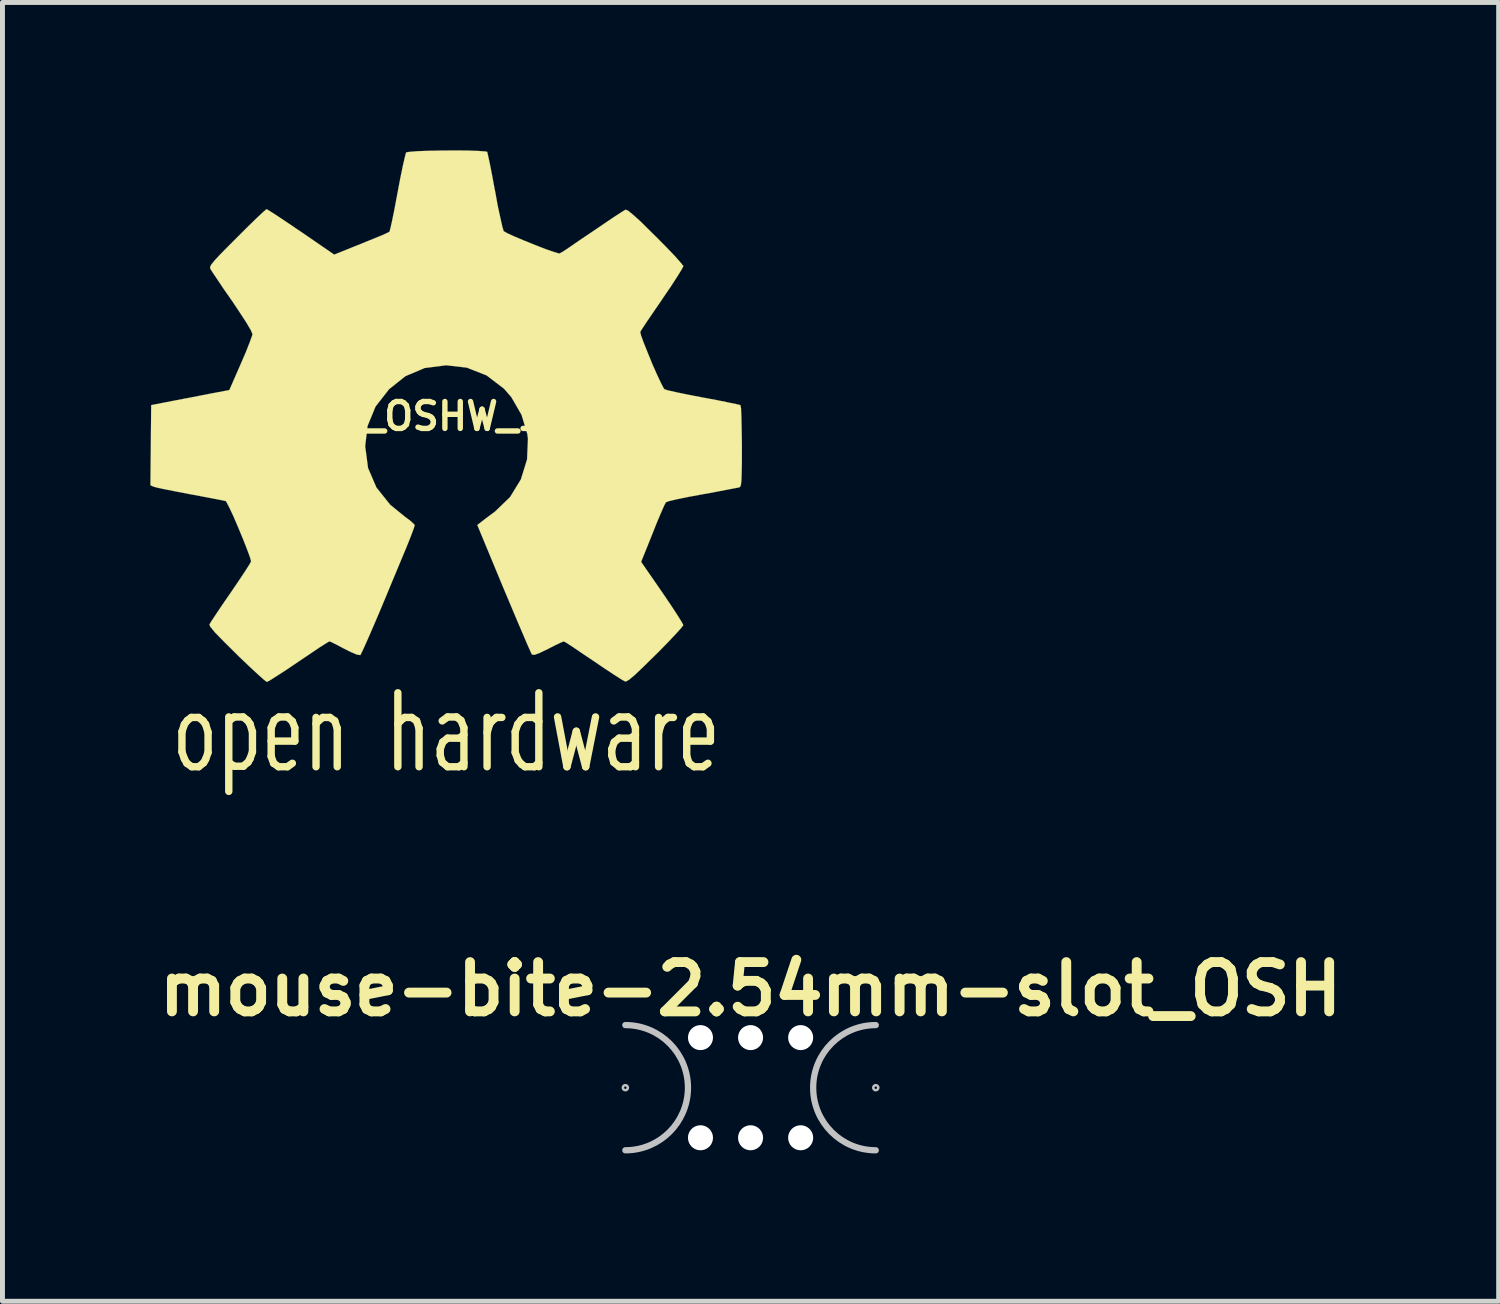
<source format=kicad_pcb>
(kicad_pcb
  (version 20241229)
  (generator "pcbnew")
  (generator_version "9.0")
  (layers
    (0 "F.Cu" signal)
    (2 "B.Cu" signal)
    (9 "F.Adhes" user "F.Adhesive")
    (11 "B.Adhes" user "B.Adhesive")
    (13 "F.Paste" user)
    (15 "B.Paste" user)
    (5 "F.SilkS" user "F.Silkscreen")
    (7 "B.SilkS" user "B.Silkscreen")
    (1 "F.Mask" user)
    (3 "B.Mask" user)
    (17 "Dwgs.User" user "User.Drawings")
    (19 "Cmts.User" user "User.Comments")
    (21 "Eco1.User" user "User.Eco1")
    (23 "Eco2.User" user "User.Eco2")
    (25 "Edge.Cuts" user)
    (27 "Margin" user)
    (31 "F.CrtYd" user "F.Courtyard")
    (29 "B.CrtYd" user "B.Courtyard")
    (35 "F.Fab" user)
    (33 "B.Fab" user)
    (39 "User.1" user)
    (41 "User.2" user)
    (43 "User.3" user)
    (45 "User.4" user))
  (footprint "mouse-bite-2.54mm-slot_OSH"
    (layer "F.Cu")
    (at 12.176 19.015)
    (property "Reference" "mouse-bite-2.54mm-slot_OSH" (at 0 -2 0) (layer "F.SilkS") (effects (font (size 1 1) (thickness 0.2))))
    (attr through_hole)
    (fp_arc (start -2.54 -1.27) (mid -1.27 0) (end -2.54 1.27) (stroke (width 0.127) (type solid)) (layer "Dwgs.User"))
    (fp_arc (start 2.54 1.27) (mid 1.27 0) (end 2.54 -1.27) (stroke (width 0.127) (type solid)) (layer "Dwgs.User"))
    (fp_circle (center -2.54 0) (end -2.54 0.051) (stroke (width 0.051) (type solid)) (fill no) (layer "Dwgs.User"))
    (fp_circle (center 2.54 0) (end 2.54 -0.051) (stroke (width 0.051) (type solid)) (fill no) (layer "Dwgs.User"))
    (pad "" np_thru_hole circle (at -1.016 -1.016) (size 0.508 0.508) (drill 0.508) (layers "*.Cu" "*.Mask"))
    (pad "" np_thru_hole circle (at -1.016 1.016) (size 0.508 0.508) (drill 0.508) (layers "*.Cu" "*.Mask"))
    (pad "" np_thru_hole circle (at 0 -1.016) (size 0.508 0.508) (drill 0.508) (layers "*.Cu" "*.Mask"))
    (pad "" np_thru_hole circle (at 0 1.016) (size 0.508 0.508) (drill 0.508) (layers "*.Cu" "*.Mask"))
    (pad "" np_thru_hole circle (at 1.016 -1.016) (size 0.508 0.508) (drill 0.508) (layers "*.Cu" "*.Mask"))
    (pad "" np_thru_hole circle (at 1.016 1.016) (size 0.508 0.508) (drill 0.508) (layers "*.Cu" "*.Mask")))
  (footprint "Logo_silk_OSHW_12x13mm"
    (layer "F.Cu")
    (at 6.001 5.394)
    (property "Reference" "Logo_silk_OSHW_12x13mm" (at 0 0 0) (layer "F.SilkS") (effects (font (size 0.546 0.546) (thickness 0.109))))
    (attr through_hole)
    (fp_line (start -5.36 6.4) (end -5.36 6.81) (stroke (width 0.15) (type solid)) (layer "F.SilkS"))
    (fp_line (start -5.36 6.81) (end -5.31 6.95) (stroke (width 0.15) (type solid)) (layer "F.SilkS"))
    (fp_line (start -5.31 6.25) (end -5.36 6.4) (stroke (width 0.15) (type solid)) (layer "F.SilkS"))
    (fp_line (start -5.31 6.95) (end -5.26 7.04) (stroke (width 0.15) (type solid)) (layer "F.SilkS"))
    (fp_line (start -5.26 7.04) (end -5.16 7.11) (stroke (width 0.15) (type solid)) (layer "F.SilkS"))
    (fp_line (start -5.25 6.17) (end -5.31 6.25) (stroke (width 0.15) (type solid)) (layer "F.SilkS"))
    (fp_line (start -5.17 6.11) (end -5.25 6.17) (stroke (width 0.15) (type solid)) (layer "F.SilkS"))
    (fp_line (start -5.16 7.11) (end -5.02 7.11) (stroke (width 0.15) (type solid)) (layer "F.SilkS"))
    (fp_line (start -5.02 6.11) (end -5.17 6.11) (stroke (width 0.15) (type solid)) (layer "F.SilkS"))
    (fp_line (start -5.02 7.11) (end -4.92 7.03) (stroke (width 0.15) (type solid)) (layer "F.SilkS"))
    (fp_line (start -4.93 6.18) (end -5.02 6.11) (stroke (width 0.15) (type solid)) (layer "F.SilkS"))
    (fp_line (start -4.92 7.03) (end -4.88 6.96) (stroke (width 0.15) (type solid)) (layer "F.SilkS"))
    (fp_line (start -4.88 6.25) (end -4.93 6.18) (stroke (width 0.15) (type solid)) (layer "F.SilkS"))
    (fp_line (start -4.88 6.96) (end -4.83 6.82) (stroke (width 0.15) (type solid)) (layer "F.SilkS"))
    (fp_line (start -4.83 6.41) (end -4.88 6.25) (stroke (width 0.15) (type solid)) (layer "F.SilkS"))
    (fp_line (start -4.83 6.82) (end -4.83 6.41) (stroke (width 0.15) (type solid)) (layer "F.SilkS"))
    (fp_line (start -4.41 6.1) (end -4.41 7.61) (stroke (width 0.15) (type solid)) (layer "F.SilkS"))
    (fp_line (start -4.4 7.03) (end -4.3 7.1) (stroke (width 0.15) (type solid)) (layer "F.SilkS"))
    (fp_line (start -4.3 6.1) (end -4.38 6.16) (stroke (width 0.15) (type solid)) (layer "F.SilkS"))
    (fp_line (start -4.3 6.1) (end -4.12 6.1) (stroke (width 0.15) (type solid)) (layer "F.SilkS"))
    (fp_line (start -4.3 7.1) (end -4.11 7.1) (stroke (width 0.15) (type solid)) (layer "F.SilkS"))
    (fp_line (start -4.12 7.1) (end -4.02 7.02) (stroke (width 0.15) (type solid)) (layer "F.SilkS"))
    (fp_line (start -4.03 6.17) (end -4.12 6.1) (stroke (width 0.15) (type solid)) (layer "F.SilkS"))
    (fp_line (start -4.02 7.02) (end -3.98 6.95) (stroke (width 0.15) (type solid)) (layer "F.SilkS"))
    (fp_line (start -3.98 6.24) (end -4.03 6.17) (stroke (width 0.15) (type solid)) (layer "F.SilkS"))
    (fp_line (start -3.98 6.95) (end -3.93 6.81) (stroke (width 0.15) (type solid)) (layer "F.SilkS"))
    (fp_line (start -3.93 6.4) (end -3.98 6.24) (stroke (width 0.15) (type solid)) (layer "F.SilkS"))
    (fp_line (start -3.93 6.81) (end -3.93 6.4) (stroke (width 0.15) (type solid)) (layer "F.SilkS"))
    (fp_line (start -3.55 6.32) (end -3.55 6.9) (stroke (width 0.15) (type solid)) (layer "F.SilkS"))
    (fp_line (start -3.55 6.59) (end -3.07 6.59) (stroke (width 0.15) (type solid)) (layer "F.SilkS"))
    (fp_line (start -3.55 6.9) (end -3.5 7.04) (stroke (width 0.15) (type solid)) (layer "F.SilkS"))
    (fp_line (start -3.5 7.04) (end -3.4 7.11) (stroke (width 0.15) (type solid)) (layer "F.SilkS"))
    (fp_line (start -3.49 6.17) (end -3.55 6.32) (stroke (width 0.15) (type solid)) (layer "F.SilkS"))
    (fp_line (start -3.4 7.11) (end -3.22 7.11) (stroke (width 0.15) (type solid)) (layer "F.SilkS"))
    (fp_line (start -3.39 6.1) (end -3.49 6.17) (stroke (width 0.15) (type solid)) (layer "F.SilkS"))
    (fp_line (start -3.22 6.1) (end -3.39 6.1) (stroke (width 0.15) (type solid)) (layer "F.SilkS"))
    (fp_line (start -3.22 7.11) (end -3.12 7.04) (stroke (width 0.15) (type solid)) (layer "F.SilkS"))
    (fp_line (start -3.12 6.19) (end -3.22 6.1) (stroke (width 0.15) (type solid)) (layer "F.SilkS"))
    (fp_line (start -3.07 6.32) (end -3.12 6.19) (stroke (width 0.15) (type solid)) (layer "F.SilkS"))
    (fp_line (start -3.07 6.59) (end -3.07 6.32) (stroke (width 0.15) (type solid)) (layer "F.SilkS"))
    (fp_line (start -2.64 6.11) (end -2.64 7.11) (stroke (width 0.15) (type solid)) (layer "F.SilkS"))
    (fp_line (start -2.58 6.17) (end -2.64 6.24) (stroke (width 0.15) (type solid)) (layer "F.SilkS"))
    (fp_line (start -2.5 6.11) (end -2.58 6.17) (stroke (width 0.15) (type solid)) (layer "F.SilkS"))
    (fp_line (start -2.36 6.11) (end -2.5 6.11) (stroke (width 0.15) (type solid)) (layer "F.SilkS"))
    (fp_line (start -2.26 6.18) (end -2.36 6.11) (stroke (width 0.15) (type solid)) (layer "F.SilkS"))
    (fp_line (start -2.21 6.33) (end -2.26 6.18) (stroke (width 0.15) (type solid)) (layer "F.SilkS"))
    (fp_line (start -2.21 7.11) (end -2.21 6.33) (stroke (width 0.15) (type solid)) (layer "F.SilkS"))
    (fp_line (start -0.98 7.11) (end -0.98 5.61) (stroke (width 0.15) (type solid)) (layer "F.SilkS"))
    (fp_line (start -0.92 6.17) (end -0.98 6.24) (stroke (width 0.15) (type solid)) (layer "F.SilkS"))
    (fp_line (start -0.84 6.11) (end -0.92 6.17) (stroke (width 0.15) (type solid)) (layer "F.SilkS"))
    (fp_line (start -0.7 6.11) (end -0.84 6.11) (stroke (width 0.15) (type solid)) (layer "F.SilkS"))
    (fp_line (start -0.6 6.18) (end -0.7 6.11) (stroke (width 0.15) (type solid)) (layer "F.SilkS"))
    (fp_line (start -0.55 6.33) (end -0.6 6.18) (stroke (width 0.15) (type solid)) (layer "F.SilkS"))
    (fp_line (start -0.55 7.11) (end -0.55 6.33) (stroke (width 0.15) (type solid)) (layer "F.SilkS"))
    (fp_line (start -0.12 6.75) (end -0.12 6.88) (stroke (width 0.15) (type solid)) (layer "F.SilkS"))
    (fp_line (start -0.12 6.88) (end -0.08 7.02) (stroke (width 0.15) (type solid)) (layer "F.SilkS"))
    (fp_line (start -0.08 6.18) (end 0.03 6.1) (stroke (width 0.15) (type solid)) (layer "F.SilkS"))
    (fp_line (start -0.08 7.02) (end 0.03 7.11) (stroke (width 0.15) (type solid)) (layer "F.SilkS"))
    (fp_line (start -0.07 6.61) (end -0.12 6.75) (stroke (width 0.15) (type solid)) (layer "F.SilkS"))
    (fp_line (start 0.03 6.1) (end 0.21 6.1) (stroke (width 0.15) (type solid)) (layer "F.SilkS"))
    (fp_line (start 0.03 6.53) (end -0.07 6.61) (stroke (width 0.15) (type solid)) (layer "F.SilkS"))
    (fp_line (start 0.03 7.11) (end 0.26 7.11) (stroke (width 0.15) (type solid)) (layer "F.SilkS"))
    (fp_line (start 0.21 6.1) (end 0.3 6.17) (stroke (width 0.15) (type solid)) (layer "F.SilkS"))
    (fp_line (start 0.26 7.11) (end 0.36 7.03) (stroke (width 0.15) (type solid)) (layer "F.SilkS"))
    (fp_line (start 0.27 6.53) (end 0.03 6.53) (stroke (width 0.15) (type solid)) (layer "F.SilkS"))
    (fp_line (start 0.3 6.17) (end 0.36 6.32) (stroke (width 0.15) (type solid)) (layer "F.SilkS"))
    (fp_line (start 0.36 6.32) (end 0.36 7.11) (stroke (width 0.15) (type solid)) (layer "F.SilkS"))
    (fp_line (start 0.36 6.46) (end 0.27 6.53) (stroke (width 0.15) (type solid)) (layer "F.SilkS"))
    (fp_line (start 0.83 6.11) (end 0.83 7.11) (stroke (width 0.15) (type solid)) (layer "F.SilkS"))
    (fp_line (start 0.88 6.25) (end 0.83 6.42) (stroke (width 0.15) (type solid)) (layer "F.SilkS"))
    (fp_line (start 0.92 6.19) (end 0.88 6.25) (stroke (width 0.15) (type solid)) (layer "F.SilkS"))
    (fp_line (start 1.02 6.11) (end 0.92 6.19) (stroke (width 0.15) (type solid)) (layer "F.SilkS"))
    (fp_line (start 1.13 6.11) (end 1.02 6.11) (stroke (width 0.15) (type solid)) (layer "F.SilkS"))
    (fp_line (start 1.4 6.4) (end 1.45 6.25) (stroke (width 0.15) (type solid)) (layer "F.SilkS"))
    (fp_line (start 1.4 6.82) (end 1.4 6.4) (stroke (width 0.15) (type solid)) (layer "F.SilkS"))
    (fp_line (start 1.45 6.25) (end 1.52 6.16) (stroke (width 0.15) (type solid)) (layer "F.SilkS"))
    (fp_line (start 1.46 6.98) (end 1.4 6.82) (stroke (width 0.15) (type solid)) (layer "F.SilkS"))
    (fp_line (start 1.52 6.16) (end 1.6 6.11) (stroke (width 0.15) (type solid)) (layer "F.SilkS"))
    (fp_line (start 1.53 7.06) (end 1.46 6.98) (stroke (width 0.15) (type solid)) (layer "F.SilkS"))
    (fp_line (start 1.6 6.11) (end 1.78 6.11) (stroke (width 0.15) (type solid)) (layer "F.SilkS"))
    (fp_line (start 1.6 7.11) (end 1.53 7.06) (stroke (width 0.15) (type solid)) (layer "F.SilkS"))
    (fp_line (start 1.78 6.11) (end 1.88 6.19) (stroke (width 0.15) (type solid)) (layer "F.SilkS"))
    (fp_line (start 1.79 7.11) (end 1.6 7.11) (stroke (width 0.15) (type solid)) (layer "F.SilkS"))
    (fp_line (start 1.88 5.61) (end 1.88 7.11) (stroke (width 0.15) (type solid)) (layer "F.SilkS"))
    (fp_line (start 1.88 7.03) (end 1.79 7.11) (stroke (width 0.15) (type solid)) (layer "F.SilkS"))
    (fp_line (start 2.26 6.1) (end 2.45 7.11) (stroke (width 0.15) (type solid)) (layer "F.SilkS"))
    (fp_line (start 2.45 7.11) (end 2.64 6.39) (stroke (width 0.15) (type solid)) (layer "F.SilkS"))
    (fp_line (start 2.64 6.39) (end 2.83 7.11) (stroke (width 0.15) (type solid)) (layer "F.SilkS"))
    (fp_line (start 2.83 7.11) (end 3.03 6.1) (stroke (width 0.15) (type solid)) (layer "F.SilkS"))
    (fp_line (start 3.36 6.75) (end 3.36 6.88) (stroke (width 0.15) (type solid)) (layer "F.SilkS"))
    (fp_line (start 3.36 6.88) (end 3.4 7.02) (stroke (width 0.15) (type solid)) (layer "F.SilkS"))
    (fp_line (start 3.4 6.18) (end 3.51 6.1) (stroke (width 0.15) (type solid)) (layer "F.SilkS"))
    (fp_line (start 3.4 7.02) (end 3.51 7.11) (stroke (width 0.15) (type solid)) (layer "F.SilkS"))
    (fp_line (start 3.41 6.61) (end 3.36 6.75) (stroke (width 0.15) (type solid)) (layer "F.SilkS"))
    (fp_line (start 3.51 6.1) (end 3.69 6.1) (stroke (width 0.15) (type solid)) (layer "F.SilkS"))
    (fp_line (start 3.51 6.53) (end 3.41 6.61) (stroke (width 0.15) (type solid)) (layer "F.SilkS"))
    (fp_line (start 3.51 7.11) (end 3.74 7.11) (stroke (width 0.15) (type solid)) (layer "F.SilkS"))
    (fp_line (start 3.69 6.1) (end 3.78 6.17) (stroke (width 0.15) (type solid)) (layer "F.SilkS"))
    (fp_line (start 3.74 7.11) (end 3.84 7.03) (stroke (width 0.15) (type solid)) (layer "F.SilkS"))
    (fp_line (start 3.75 6.53) (end 3.51 6.53) (stroke (width 0.15) (type solid)) (layer "F.SilkS"))
    (fp_line (start 3.78 6.17) (end 3.84 6.32) (stroke (width 0.15) (type solid)) (layer "F.SilkS"))
    (fp_line (start 3.84 6.32) (end 3.84 7.11) (stroke (width 0.15) (type solid)) (layer "F.SilkS"))
    (fp_line (start 3.84 6.46) (end 3.75 6.53) (stroke (width 0.15) (type solid)) (layer "F.SilkS"))
    (fp_line (start 4.31 6.11) (end 4.31 7.11) (stroke (width 0.15) (type solid)) (layer "F.SilkS"))
    (fp_line (start 4.36 6.25) (end 4.31 6.42) (stroke (width 0.15) (type solid)) (layer "F.SilkS"))
    (fp_line (start 4.4 6.19) (end 4.36 6.25) (stroke (width 0.15) (type solid)) (layer "F.SilkS"))
    (fp_line (start 4.5 6.11) (end 4.4 6.19) (stroke (width 0.15) (type solid)) (layer "F.SilkS"))
    (fp_line (start 4.61 6.11) (end 4.5 6.11) (stroke (width 0.15) (type solid)) (layer "F.SilkS"))
    (fp_line (start 4.88 6.32) (end 4.88 6.9) (stroke (width 0.15) (type solid)) (layer "F.SilkS"))
    (fp_line (start 4.88 6.59) (end 5.36 6.59) (stroke (width 0.15) (type solid)) (layer "F.SilkS"))
    (fp_line (start 4.88 6.9) (end 4.93 7.04) (stroke (width 0.15) (type solid)) (layer "F.SilkS"))
    (fp_line (start 4.93 7.04) (end 5.03 7.11) (stroke (width 0.15) (type solid)) (layer "F.SilkS"))
    (fp_line (start 4.94 6.17) (end 4.88 6.32) (stroke (width 0.15) (type solid)) (layer "F.SilkS"))
    (fp_line (start 5.03 7.11) (end 5.21 7.11) (stroke (width 0.15) (type solid)) (layer "F.SilkS"))
    (fp_line (start 5.04 6.1) (end 4.94 6.17) (stroke (width 0.15) (type solid)) (layer "F.SilkS"))
    (fp_line (start 5.21 6.1) (end 5.04 6.1) (stroke (width 0.15) (type solid)) (layer "F.SilkS"))
    (fp_line (start 5.21 7.11) (end 5.31 7.04) (stroke (width 0.15) (type solid)) (layer "F.SilkS"))
    (fp_line (start 5.31 6.19) (end 5.21 6.1) (stroke (width 0.15) (type solid)) (layer "F.SilkS"))
    (fp_line (start 5.36 6.32) (end 5.31 6.19) (stroke (width 0.15) (type solid)) (layer "F.SilkS"))
    (fp_line (start 5.36 6.59) (end 5.36 6.32) (stroke (width 0.15) (type solid)) (layer "F.SilkS"))
    (fp_poly (pts (xy -3.637 5.39) (xy -3.574 5.357) (xy -3.434 5.268) (xy -3.233 5.138) (xy -2.997 4.978) (xy -2.758 4.818) (xy -2.563 4.686) (xy -2.426 4.6) (xy -2.37 4.567) (xy -2.339 4.577) (xy -2.225 4.633) (xy -2.062 4.719) (xy -1.966 4.768) (xy -1.816 4.834) (xy -1.742 4.846) (xy -1.73 4.826) (xy -1.674 4.709) (xy -1.587 4.514) (xy -1.473 4.252) (xy -1.344 3.95) (xy -1.206 3.619) (xy -1.067 3.284) (xy -0.935 2.967) (xy -0.815 2.68) (xy -0.721 2.446) (xy -0.66 2.283) (xy -0.638 2.212) (xy -0.645 2.197) (xy -0.719 2.126) (xy -0.851 2.027) (xy -1.135 1.796) (xy -1.415 1.445) (xy -1.585 1.049) (xy -1.643 0.607) (xy -1.595 0.198) (xy -1.433 -0.196) (xy -1.158 -0.549) (xy -0.826 -0.813) (xy -0.437 -0.978) (xy 0 -1.034) (xy 0.419 -0.986) (xy 0.82 -0.828) (xy 1.173 -0.559) (xy 1.323 -0.386) (xy 1.529 -0.028) (xy 1.646 0.358) (xy 1.659 0.455) (xy 1.641 0.876) (xy 1.516 1.28) (xy 1.295 1.641) (xy 0.986 1.938) (xy 0.947 1.966) (xy 0.803 2.073) (xy 0.709 2.146) (xy 0.632 2.207) (xy 1.168 3.5) (xy 1.255 3.706) (xy 1.402 4.056) (xy 1.532 4.361) (xy 1.636 4.605) (xy 1.707 4.765) (xy 1.737 4.831) (xy 1.742 4.834) (xy 1.788 4.841) (xy 1.887 4.806) (xy 2.068 4.719) (xy 2.187 4.658) (xy 2.324 4.592) (xy 2.385 4.567) (xy 2.438 4.595) (xy 2.57 4.681) (xy 2.761 4.811) (xy 2.992 4.966) (xy 3.213 5.116) (xy 3.416 5.25) (xy 3.564 5.344) (xy 3.635 5.382) (xy 3.645 5.382) (xy 3.708 5.347) (xy 3.825 5.25) (xy 4 5.083) (xy 4.249 4.839) (xy 4.288 4.801) (xy 4.493 4.592) (xy 4.658 4.417) (xy 4.77 4.293) (xy 4.811 4.237) (xy 4.773 4.166) (xy 4.681 4.018) (xy 4.547 3.815) (xy 4.384 3.574) (xy 3.955 2.954) (xy 4.191 2.367) (xy 4.262 2.187) (xy 4.354 1.968) (xy 4.422 1.814) (xy 4.458 1.745) (xy 4.521 1.722) (xy 4.681 1.684) (xy 4.915 1.636) (xy 5.192 1.585) (xy 5.456 1.537) (xy 5.695 1.491) (xy 5.867 1.458) (xy 5.946 1.443) (xy 5.964 1.43) (xy 5.979 1.392) (xy 5.989 1.311) (xy 5.994 1.166) (xy 5.999 0.937) (xy 5.999 0.607) (xy 5.999 0.572) (xy 5.994 0.257) (xy 5.989 0.005) (xy 5.982 -0.16) (xy 5.969 -0.226) (xy 5.895 -0.244) (xy 5.725 -0.279) (xy 5.486 -0.328) (xy 5.202 -0.381) (xy 5.184 -0.384) (xy 4.9 -0.439) (xy 4.663 -0.488) (xy 4.496 -0.526) (xy 4.427 -0.549) (xy 4.412 -0.569) (xy 4.354 -0.681) (xy 4.272 -0.856) (xy 4.178 -1.069) (xy 4.087 -1.293) (xy 4.006 -1.494) (xy 3.952 -1.643) (xy 3.937 -1.712) (xy 3.98 -1.781) (xy 4.077 -1.928) (xy 4.216 -2.131) (xy 4.381 -2.372) (xy 4.394 -2.393) (xy 4.557 -2.631) (xy 4.689 -2.835) (xy 4.778 -2.979) (xy 4.811 -3.043) (xy 4.811 -3.048) (xy 4.755 -3.119) (xy 4.633 -3.256) (xy 4.458 -3.439) (xy 4.249 -3.65) (xy 4.181 -3.716) (xy 3.95 -3.945) (xy 3.787 -4.092) (xy 3.686 -4.173) (xy 3.637 -4.191) (xy 3.635 -4.188) (xy 3.564 -4.145) (xy 3.411 -4.046) (xy 3.205 -3.907) (xy 2.962 -3.741) (xy 2.946 -3.731) (xy 2.705 -3.569) (xy 2.507 -3.432) (xy 2.365 -3.338) (xy 2.301 -3.302) (xy 2.291 -3.302) (xy 2.195 -3.33) (xy 2.024 -3.388) (xy 1.814 -3.47) (xy 1.593 -3.559) (xy 1.389 -3.645) (xy 1.24 -3.713) (xy 1.168 -3.754) (xy 1.166 -3.757) (xy 1.14 -3.843) (xy 1.1 -4.023) (xy 1.046 -4.27) (xy 0.993 -4.564) (xy 0.983 -4.61) (xy 0.93 -4.897) (xy 0.884 -5.133) (xy 0.848 -5.296) (xy 0.833 -5.364) (xy 0.792 -5.372) (xy 0.653 -5.382) (xy 0.439 -5.39) (xy 0.18 -5.392) (xy -0.091 -5.39) (xy -0.356 -5.385) (xy -0.582 -5.377) (xy -0.744 -5.364) (xy -0.813 -5.352) (xy -0.815 -5.347) (xy -0.838 -5.258) (xy -0.879 -5.08) (xy -0.93 -4.831) (xy -0.986 -4.536) (xy -0.996 -4.483) (xy -1.049 -4.199) (xy -1.097 -3.965) (xy -1.133 -3.805) (xy -1.151 -3.741) (xy -1.176 -3.729) (xy -1.293 -3.675) (xy -1.483 -3.597) (xy -1.722 -3.5) (xy -2.271 -3.279) (xy -2.944 -3.741) (xy -3.005 -3.782) (xy -3.249 -3.947) (xy -3.447 -4.079) (xy -3.586 -4.168) (xy -3.642 -4.201) (xy -3.647 -4.199) (xy -3.716 -4.14) (xy -3.848 -4.016) (xy -4.031 -3.838) (xy -4.242 -3.627) (xy -4.399 -3.47) (xy -4.585 -3.282) (xy -4.702 -3.155) (xy -4.768 -3.073) (xy -4.79 -3.023) (xy -4.783 -2.99) (xy -4.74 -2.921) (xy -4.641 -2.774) (xy -4.503 -2.568) (xy -4.338 -2.332) (xy -4.204 -2.131) (xy -4.056 -1.905) (xy -3.962 -1.745) (xy -3.929 -1.666) (xy -3.937 -1.633) (xy -3.985 -1.501) (xy -4.064 -1.3) (xy -4.166 -1.064) (xy -4.399 -0.531) (xy -4.75 -0.465) (xy -4.961 -0.424) (xy -5.258 -0.366) (xy -5.542 -0.312) (xy -5.984 -0.226) (xy -5.999 1.4) (xy -5.931 1.43) (xy -5.865 1.448) (xy -5.702 1.483) (xy -5.469 1.529) (xy -5.192 1.582) (xy -4.956 1.626) (xy -4.719 1.671) (xy -4.549 1.704) (xy -4.473 1.72) (xy -4.455 1.745) (xy -4.394 1.862) (xy -4.31 2.042) (xy -4.216 2.263) (xy -4.122 2.489) (xy -4.039 2.7) (xy -3.98 2.86) (xy -3.957 2.944) (xy -3.99 3.005) (xy -4.079 3.145) (xy -4.211 3.343) (xy -4.371 3.579) (xy -4.534 3.815) (xy -4.669 4.016) (xy -4.765 4.161) (xy -4.803 4.227) (xy -4.783 4.272) (xy -4.689 4.387) (xy -4.511 4.569) (xy -4.247 4.831) (xy -4.204 4.874) (xy -3.993 5.075) (xy -3.815 5.24) (xy -3.693 5.349) (xy -3.637 5.39)) (stroke (width 0.003) (type solid)) (fill yes) (layer "F.SilkS")))
  (gr_rect
    (start -3 -3)
    (end 27.352 23.348)
    (stroke (width 0.1) (type default))
    (fill no)
    (layer "Edge.Cuts")))
</source>
